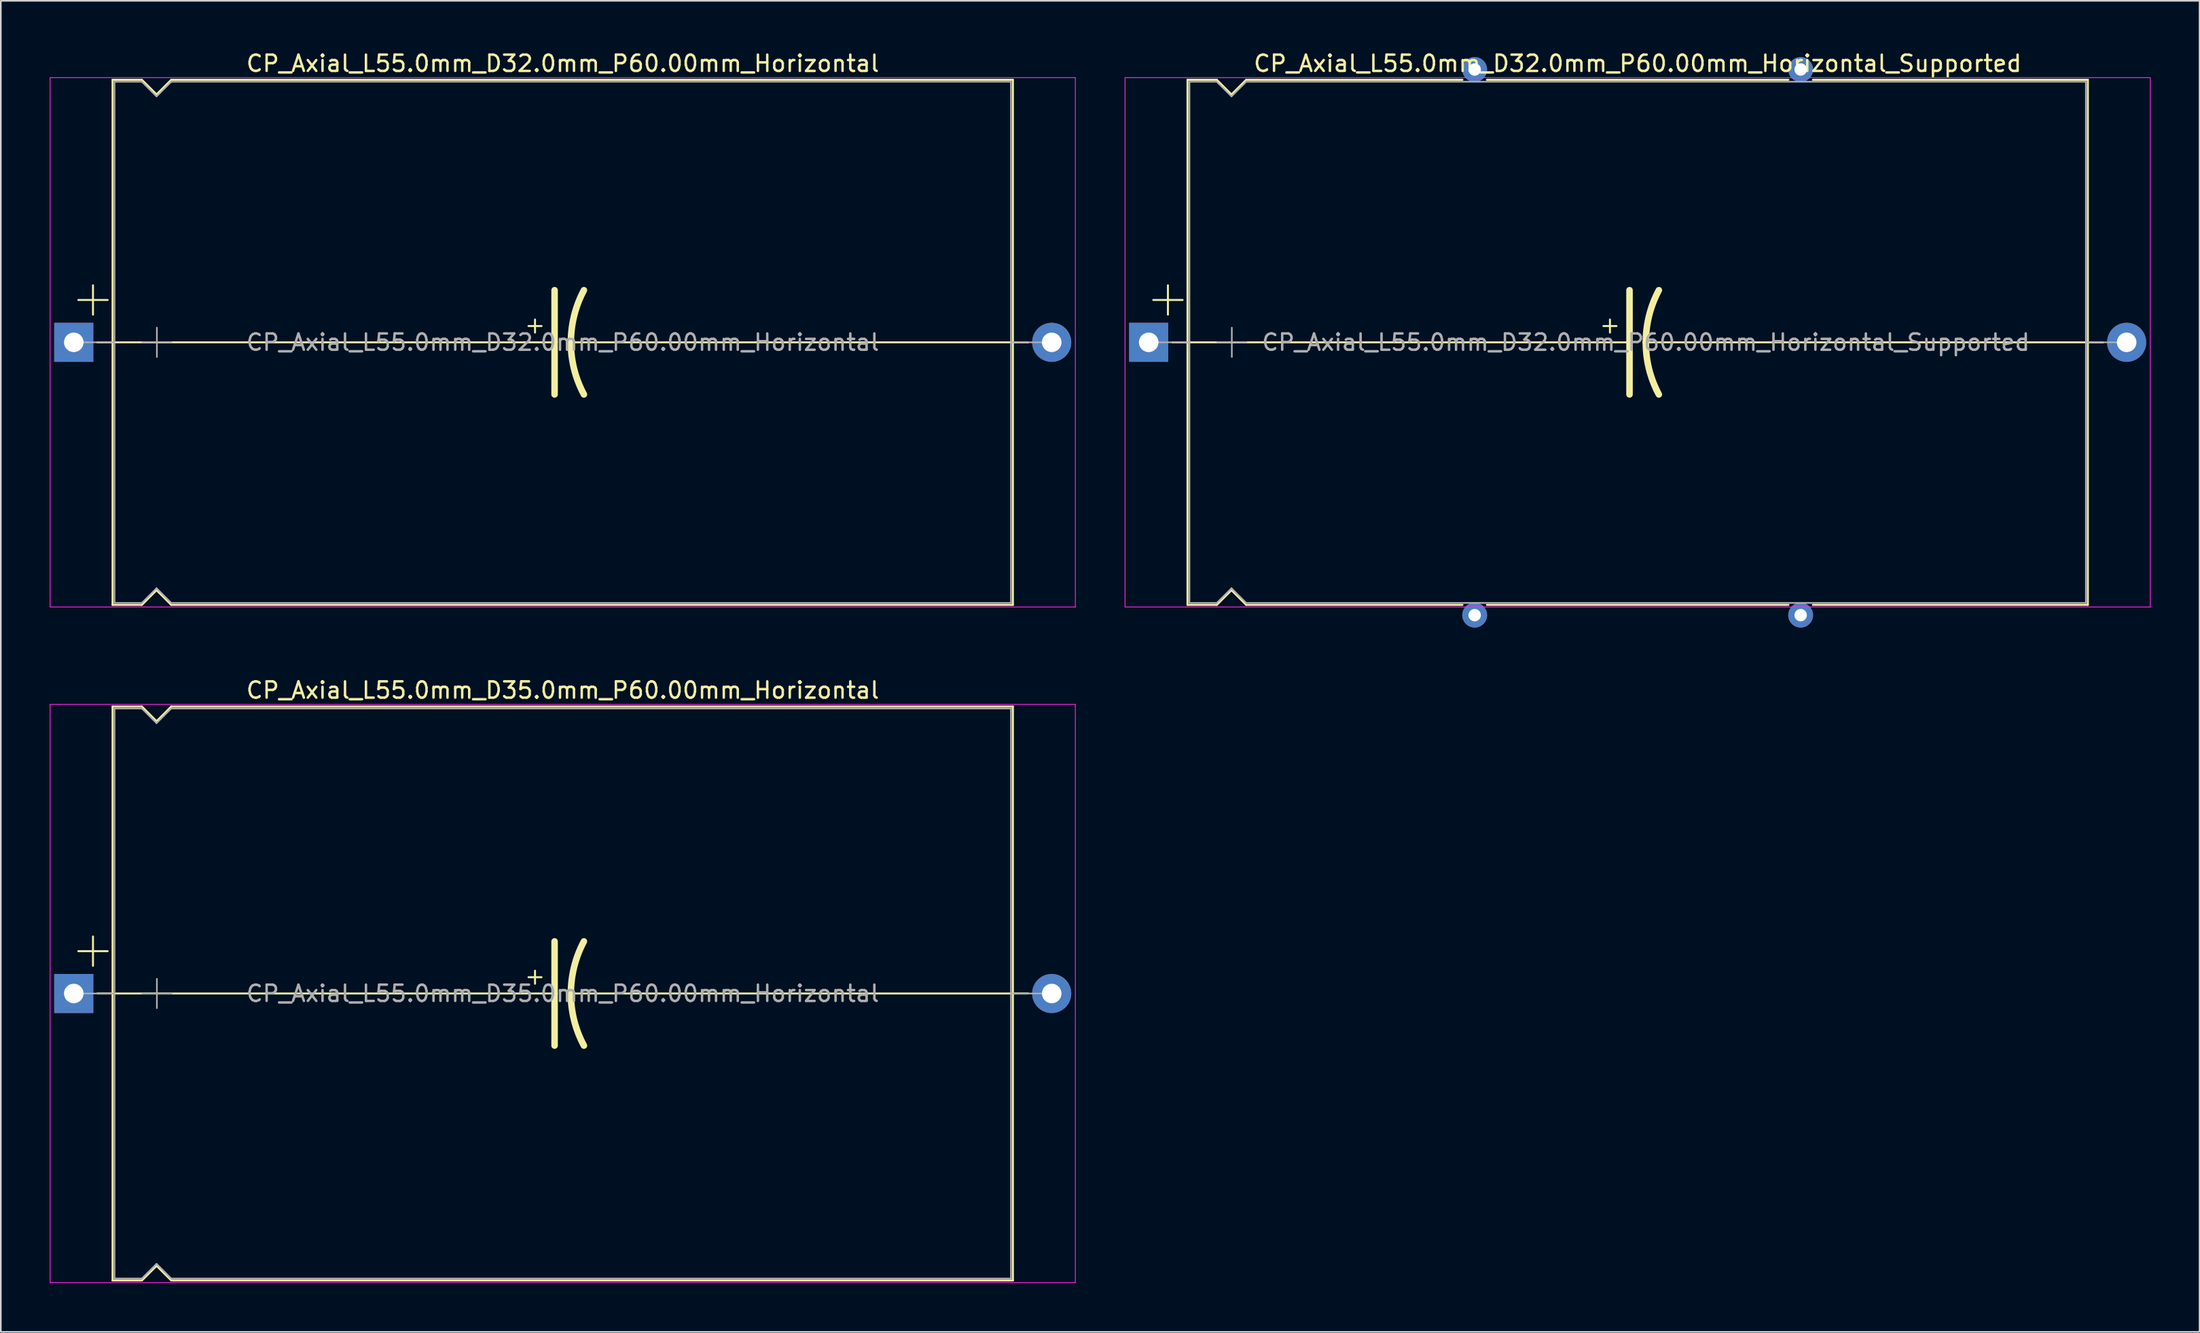
<source format=kicad_pcb>
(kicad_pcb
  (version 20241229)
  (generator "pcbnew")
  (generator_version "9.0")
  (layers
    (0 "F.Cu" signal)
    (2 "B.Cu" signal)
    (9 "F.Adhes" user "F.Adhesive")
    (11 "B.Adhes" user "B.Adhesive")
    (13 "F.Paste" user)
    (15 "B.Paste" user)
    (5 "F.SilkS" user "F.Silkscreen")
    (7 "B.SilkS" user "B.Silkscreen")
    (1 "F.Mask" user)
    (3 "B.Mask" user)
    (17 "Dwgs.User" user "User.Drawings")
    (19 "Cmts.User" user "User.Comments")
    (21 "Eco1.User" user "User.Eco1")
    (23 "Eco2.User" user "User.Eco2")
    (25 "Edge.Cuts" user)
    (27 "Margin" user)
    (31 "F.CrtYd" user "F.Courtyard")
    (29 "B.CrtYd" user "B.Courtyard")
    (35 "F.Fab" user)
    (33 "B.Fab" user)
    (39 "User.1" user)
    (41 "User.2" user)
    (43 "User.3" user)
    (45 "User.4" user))
  (footprint "CP_Axial_L55.0mm_D32.0mm_P60.00mm_Horizontal"
    (layer "F.Cu")
    (at 1.475 17.968)
    (property "Reference" "CP_Axial_L55.0mm_D32.0mm_P60.00mm_Horizontal" (at 30 -17.12 0) (layer "F.SilkS") (effects (font (size 1 1) (thickness 0.15))))
    (attr through_hole)
    (fp_line (start 0.28 -2.6) (end 2.08 -2.6) (stroke (width 0.12) (type solid)) (layer "F.SilkS"))
    (fp_line (start 1.18 -3.5) (end 1.18 -1.7) (stroke (width 0.12) (type solid)) (layer "F.SilkS"))
    (fp_line (start 1.44 0) (end 2.38 0) (stroke (width 0.12) (type solid)) (layer "F.SilkS"))
    (fp_line (start 2.38 -16.12) (end 2.38 16.12) (stroke (width 0.12) (type solid)) (layer "F.SilkS"))
    (fp_line (start 2.38 -16.12) (end 4.18 -16.12) (stroke (width 0.12) (type solid)) (layer "F.SilkS"))
    (fp_line (start 2.38 0) (end 29.5 0) (stroke (width 0.12) (type solid)) (layer "F.SilkS"))
    (fp_line (start 2.38 16.12) (end 4.18 16.12) (stroke (width 0.12) (type solid)) (layer "F.SilkS"))
    (fp_line (start 4.18 -16.12) (end 5.08 -15.22) (stroke (width 0.12) (type solid)) (layer "F.SilkS"))
    (fp_line (start 4.18 16.12) (end 5.08 15.22) (stroke (width 0.12) (type solid)) (layer "F.SilkS"))
    (fp_line (start 5.08 -15.22) (end 5.98 -16.12) (stroke (width 0.12) (type solid)) (layer "F.SilkS"))
    (fp_line (start 5.08 15.22) (end 5.98 16.12) (stroke (width 0.12) (type solid)) (layer "F.SilkS"))
    (fp_line (start 5.98 -16.12) (end 57.62 -16.12) (stroke (width 0.12) (type solid)) (layer "F.SilkS"))
    (fp_line (start 5.98 16.12) (end 57.62 16.12) (stroke (width 0.12) (type solid)) (layer "F.SilkS"))
    (fp_line (start 27.9 -1) (end 28.7 -1) (stroke (width 0.12) (type solid)) (layer "F.SilkS"))
    (fp_line (start 28.3 -1.4) (end 28.3 -0.6) (stroke (width 0.12) (type solid)) (layer "F.SilkS"))
    (fp_line (start 29.5 0) (end 29.5 -3.2) (stroke (width 0.4) (type solid)) (layer "F.SilkS"))
    (fp_line (start 29.5 0) (end 29.5 3.2) (stroke (width 0.4) (type solid)) (layer "F.SilkS"))
    (fp_line (start 57.62 -16.12) (end 57.62 16.12) (stroke (width 0.12) (type solid)) (layer "F.SilkS"))
    (fp_line (start 57.62 0) (end 30.5 0) (stroke (width 0.12) (type solid)) (layer "F.SilkS"))
    (fp_line (start 58.56 0) (end 57.62 0) (stroke (width 0.12) (type solid)) (layer "F.SilkS"))
    (fp_arc (start 30.5 0) (mid 30.703545 -1.649114) (end 31.3 -3.2) (stroke (width 0.4) (type solid)) (layer "F.SilkS"))
    (fp_arc (start 31.3 3.2) (mid 30.700709 1.649823) (end 30.5 0) (stroke (width 0.4) (type solid)) (layer "F.SilkS"))
    (fp_line (start -1.45 -16.25) (end -1.45 16.25) (stroke (width 0.05) (type solid)) (layer "F.CrtYd"))
    (fp_line (start -1.45 16.25) (end 61.45 16.25) (stroke (width 0.05) (type solid)) (layer "F.CrtYd"))
    (fp_line (start 61.45 -16.25) (end -1.45 -16.25) (stroke (width 0.05) (type solid)) (layer "F.CrtYd"))
    (fp_line (start 61.45 16.25) (end 61.45 -16.25) (stroke (width 0.05) (type solid)) (layer "F.CrtYd"))
    (fp_line (start 0 0) (end 2.5 0) (stroke (width 0.1) (type solid)) (layer "F.Fab"))
    (fp_line (start 2.5 -16) (end 2.5 16) (stroke (width 0.1) (type solid)) (layer "F.Fab"))
    (fp_line (start 2.5 -16) (end 4.18 -16) (stroke (width 0.1) (type solid)) (layer "F.Fab"))
    (fp_line (start 2.5 16) (end 4.18 16) (stroke (width 0.1) (type solid)) (layer "F.Fab"))
    (fp_line (start 4.18 -16) (end 5.08 -15.1) (stroke (width 0.1) (type solid)) (layer "F.Fab"))
    (fp_line (start 4.18 16) (end 5.08 15.1) (stroke (width 0.1) (type solid)) (layer "F.Fab"))
    (fp_line (start 4.2 0) (end 6 0) (stroke (width 0.1) (type solid)) (layer "F.Fab"))
    (fp_line (start 5.08 -15.1) (end 5.98 -16) (stroke (width 0.1) (type solid)) (layer "F.Fab"))
    (fp_line (start 5.08 15.1) (end 5.98 16) (stroke (width 0.1) (type solid)) (layer "F.Fab"))
    (fp_line (start 5.1 -0.9) (end 5.1 0.9) (stroke (width 0.1) (type solid)) (layer "F.Fab"))
    (fp_line (start 5.98 -16) (end 57.5 -16) (stroke (width 0.1) (type solid)) (layer "F.Fab"))
    (fp_line (start 5.98 16) (end 57.5 16) (stroke (width 0.1) (type solid)) (layer "F.Fab"))
    (fp_line (start 57.5 -16) (end 57.5 16) (stroke (width 0.1) (type solid)) (layer "F.Fab"))
    (fp_line (start 60 0) (end 57.5 0) (stroke (width 0.1) (type solid)) (layer "F.Fab"))
    (fp_text user "${REFERENCE}" (at 30 0 0) (layer "F.Fab") (effects (font (size 1 1) (thickness 0.15))))
    (pad "1" thru_hole rect (at 0 0) (size 2.4 2.4) (drill 1.2) (layers "*.Cu" "*.Mask"))
    (pad "2" thru_hole oval (at 60 0) (size 2.4 2.4) (drill 1.2) (layers "*.Cu" "*.Mask")))
  (footprint "CP_Axial_L55.0mm_D32.0mm_P60.00mm_Horizontal_Supported"
    (layer "F.Cu")
    (at 67.425 17.968)
    (property "Reference" "CP_Axial_L55.0mm_D32.0mm_P60.00mm_Horizontal_Supported" (at 30 -17.12 0) (layer "F.SilkS") (effects (font (size 1 1) (thickness 0.15))))
    (attr through_hole)
    (fp_line (start 0.28 -2.6) (end 2.08 -2.6) (stroke (width 0.12) (type solid)) (layer "F.SilkS"))
    (fp_line (start 1.18 -3.5) (end 1.18 -1.7) (stroke (width 0.12) (type solid)) (layer "F.SilkS"))
    (fp_line (start 1.44 0) (end 2.38 0) (stroke (width 0.12) (type solid)) (layer "F.SilkS"))
    (fp_line (start 2.38 -16.12) (end 2.38 16.12) (stroke (width 0.12) (type solid)) (layer "F.SilkS"))
    (fp_line (start 2.38 -16.12) (end 4.18 -16.12) (stroke (width 0.12) (type solid)) (layer "F.SilkS"))
    (fp_line (start 2.38 0) (end 29.5 0) (stroke (width 0.12) (type solid)) (layer "F.SilkS"))
    (fp_line (start 2.38 16.12) (end 4.18 16.12) (stroke (width 0.12) (type solid)) (layer "F.SilkS"))
    (fp_line (start 4.18 -16.12) (end 5.08 -15.22) (stroke (width 0.12) (type solid)) (layer "F.SilkS"))
    (fp_line (start 4.18 16.12) (end 5.08 15.22) (stroke (width 0.12) (type solid)) (layer "F.SilkS"))
    (fp_line (start 5.08 -15.22) (end 5.98 -16.12) (stroke (width 0.12) (type solid)) (layer "F.SilkS"))
    (fp_line (start 5.08 15.22) (end 5.98 16.12) (stroke (width 0.12) (type solid)) (layer "F.SilkS"))
    (fp_line (start 5.98 -16.12) (end 19.25 -16.12) (stroke (width 0.12) (type solid)) (layer "F.SilkS"))
    (fp_line (start 5.98 16.12) (end 19.25 16.12) (stroke (width 0.12) (type solid)) (layer "F.SilkS"))
    (fp_line (start 20.75 -16.12) (end 39.25 -16.12) (stroke (width 0.12) (type solid)) (layer "F.SilkS"))
    (fp_line (start 20.75 16.12) (end 39.25 16.12) (stroke (width 0.12) (type solid)) (layer "F.SilkS"))
    (fp_line (start 27.9 -1) (end 28.7 -1) (stroke (width 0.12) (type solid)) (layer "F.SilkS"))
    (fp_line (start 28.3 -1.4) (end 28.3 -0.6) (stroke (width 0.12) (type solid)) (layer "F.SilkS"))
    (fp_line (start 29.5 0) (end 29.5 -3.2) (stroke (width 0.4) (type solid)) (layer "F.SilkS"))
    (fp_line (start 29.5 0) (end 29.5 3.2) (stroke (width 0.4) (type solid)) (layer "F.SilkS"))
    (fp_line (start 40.75 -16.12) (end 57.62 -16.12) (stroke (width 0.12) (type solid)) (layer "F.SilkS"))
    (fp_line (start 40.75 16.12) (end 57.62 16.12) (stroke (width 0.12) (type solid)) (layer "F.SilkS"))
    (fp_line (start 57.62 -16.12) (end 57.62 16.12) (stroke (width 0.12) (type solid)) (layer "F.SilkS"))
    (fp_line (start 57.62 0) (end 30.5 0) (stroke (width 0.12) (type solid)) (layer "F.SilkS"))
    (fp_line (start 58.56 0) (end 57.62 0) (stroke (width 0.12) (type solid)) (layer "F.SilkS"))
    (fp_arc (start 30.5 0) (mid 30.703545 -1.649114) (end 31.3 -3.2) (stroke (width 0.4) (type solid)) (layer "F.SilkS"))
    (fp_arc (start 31.3 3.2) (mid 30.700709 1.649823) (end 30.5 0) (stroke (width 0.4) (type solid)) (layer "F.SilkS"))
    (fp_line (start -1.45 -16.25) (end -1.45 16.25) (stroke (width 0.05) (type solid)) (layer "F.CrtYd"))
    (fp_line (start -1.45 16.25) (end 61.45 16.25) (stroke (width 0.05) (type solid)) (layer "F.CrtYd"))
    (fp_line (start 61.45 -16.25) (end -1.45 -16.25) (stroke (width 0.05) (type solid)) (layer "F.CrtYd"))
    (fp_line (start 61.45 16.25) (end 61.45 -16.25) (stroke (width 0.05) (type solid)) (layer "F.CrtYd"))
    (fp_line (start 0 0) (end 2.5 0) (stroke (width 0.1) (type solid)) (layer "F.Fab"))
    (fp_line (start 2.5 -16) (end 2.5 16) (stroke (width 0.1) (type solid)) (layer "F.Fab"))
    (fp_line (start 2.5 -16) (end 4.18 -16) (stroke (width 0.1) (type solid)) (layer "F.Fab"))
    (fp_line (start 2.5 16) (end 4.18 16) (stroke (width 0.1) (type solid)) (layer "F.Fab"))
    (fp_line (start 4.18 -16) (end 5.08 -15.1) (stroke (width 0.1) (type solid)) (layer "F.Fab"))
    (fp_line (start 4.18 16) (end 5.08 15.1) (stroke (width 0.1) (type solid)) (layer "F.Fab"))
    (fp_line (start 4.2 0) (end 6 0) (stroke (width 0.1) (type solid)) (layer "F.Fab"))
    (fp_line (start 5.08 -15.1) (end 5.98 -16) (stroke (width 0.1) (type solid)) (layer "F.Fab"))
    (fp_line (start 5.08 15.1) (end 5.98 16) (stroke (width 0.1) (type solid)) (layer "F.Fab"))
    (fp_line (start 5.1 -0.9) (end 5.1 0.9) (stroke (width 0.1) (type solid)) (layer "F.Fab"))
    (fp_line (start 5.98 -16) (end 57.5 -16) (stroke (width 0.1) (type solid)) (layer "F.Fab"))
    (fp_line (start 5.98 16) (end 57.5 16) (stroke (width 0.1) (type solid)) (layer "F.Fab"))
    (fp_line (start 57.5 -16) (end 57.5 16) (stroke (width 0.1) (type solid)) (layer "F.Fab"))
    (fp_line (start 60 0) (end 57.5 0) (stroke (width 0.1) (type solid)) (layer "F.Fab"))
    (fp_text user "${REFERENCE}" (at 30.5 0 0) (layer "F.Fab") (effects (font (size 1 1) (thickness 0.15))))
    (pad "" thru_hole circle (at 20 -16.75) (size 1.524 1.524) (drill 0.762) (layers "*.Cu" "*.Mask"))
    (pad "" thru_hole circle (at 20 16.75) (size 1.524 1.524) (drill 0.762) (layers "*.Cu" "*.Mask"))
    (pad "" thru_hole circle (at 40 -16.75) (size 1.524 1.524) (drill 0.762) (layers "*.Cu" "*.Mask"))
    (pad "" thru_hole circle (at 40 16.75) (size 1.524 1.524) (drill 0.762) (layers "*.Cu" "*.Mask"))
    (pad "1" thru_hole rect (at 0 0) (size 2.4 2.4) (drill 1.2) (layers "*.Cu" "*.Mask"))
    (pad "2" thru_hole oval (at 60 0) (size 2.4 2.4) (drill 1.2) (layers "*.Cu" "*.Mask")))
  (footprint "CP_Axial_L55.0mm_D35.0mm_P60.00mm_Horizontal"
    (layer "F.Cu")
    (at 1.475 57.949)
    (property "Reference" "CP_Axial_L55.0mm_D35.0mm_P60.00mm_Horizontal" (at 30 -18.62 0) (layer "F.SilkS") (effects (font (size 1 1) (thickness 0.15))))
    (attr through_hole)
    (fp_line (start 0.28 -2.6) (end 2.08 -2.6) (stroke (width 0.12) (type solid)) (layer "F.SilkS"))
    (fp_line (start 1.18 -3.5) (end 1.18 -1.7) (stroke (width 0.12) (type solid)) (layer "F.SilkS"))
    (fp_line (start 1.44 0) (end 2.38 0) (stroke (width 0.12) (type solid)) (layer "F.SilkS"))
    (fp_line (start 2.38 -17.62) (end 2.38 17.62) (stroke (width 0.12) (type solid)) (layer "F.SilkS"))
    (fp_line (start 2.38 -17.62) (end 4.18 -17.62) (stroke (width 0.12) (type solid)) (layer "F.SilkS"))
    (fp_line (start 2.38 0) (end 29.5 0) (stroke (width 0.12) (type solid)) (layer "F.SilkS"))
    (fp_line (start 2.38 17.62) (end 4.18 17.62) (stroke (width 0.12) (type solid)) (layer "F.SilkS"))
    (fp_line (start 4.18 -17.62) (end 5.08 -16.72) (stroke (width 0.12) (type solid)) (layer "F.SilkS"))
    (fp_line (start 4.18 17.62) (end 5.08 16.72) (stroke (width 0.12) (type solid)) (layer "F.SilkS"))
    (fp_line (start 5.08 -16.72) (end 5.98 -17.62) (stroke (width 0.12) (type solid)) (layer "F.SilkS"))
    (fp_line (start 5.08 16.72) (end 5.98 17.62) (stroke (width 0.12) (type solid)) (layer "F.SilkS"))
    (fp_line (start 5.98 -17.62) (end 57.62 -17.62) (stroke (width 0.12) (type solid)) (layer "F.SilkS"))
    (fp_line (start 5.98 17.62) (end 57.62 17.62) (stroke (width 0.12) (type solid)) (layer "F.SilkS"))
    (fp_line (start 27.9 -1) (end 28.7 -1) (stroke (width 0.12) (type solid)) (layer "F.SilkS"))
    (fp_line (start 28.3 -1.4) (end 28.3 -0.6) (stroke (width 0.12) (type solid)) (layer "F.SilkS"))
    (fp_line (start 29.5 0) (end 29.5 -3.2) (stroke (width 0.4) (type solid)) (layer "F.SilkS"))
    (fp_line (start 29.5 0) (end 29.5 3.2) (stroke (width 0.4) (type solid)) (layer "F.SilkS"))
    (fp_line (start 57.62 -17.62) (end 57.62 17.62) (stroke (width 0.12) (type solid)) (layer "F.SilkS"))
    (fp_line (start 57.62 0) (end 30.5 0) (stroke (width 0.12) (type solid)) (layer "F.SilkS"))
    (fp_line (start 58.56 0) (end 57.62 0) (stroke (width 0.12) (type solid)) (layer "F.SilkS"))
    (fp_arc (start 30.5 0) (mid 30.703545 -1.649114) (end 31.3 -3.2) (stroke (width 0.4) (type solid)) (layer "F.SilkS"))
    (fp_arc (start 31.3 3.2) (mid 30.700709 1.649823) (end 30.5 0) (stroke (width 0.4) (type solid)) (layer "F.SilkS"))
    (fp_line (start -1.45 -17.75) (end -1.45 17.75) (stroke (width 0.05) (type solid)) (layer "F.CrtYd"))
    (fp_line (start -1.45 17.75) (end 61.45 17.75) (stroke (width 0.05) (type solid)) (layer "F.CrtYd"))
    (fp_line (start 61.45 -17.75) (end -1.45 -17.75) (stroke (width 0.05) (type solid)) (layer "F.CrtYd"))
    (fp_line (start 61.45 17.75) (end 61.45 -17.75) (stroke (width 0.05) (type solid)) (layer "F.CrtYd"))
    (fp_line (start 0 0) (end 2.5 0) (stroke (width 0.1) (type solid)) (layer "F.Fab"))
    (fp_line (start 2.5 -17.5) (end 2.5 17.5) (stroke (width 0.1) (type solid)) (layer "F.Fab"))
    (fp_line (start 2.5 -17.5) (end 4.18 -17.5) (stroke (width 0.1) (type solid)) (layer "F.Fab"))
    (fp_line (start 2.5 17.5) (end 4.18 17.5) (stroke (width 0.1) (type solid)) (layer "F.Fab"))
    (fp_line (start 4.18 -17.5) (end 5.08 -16.6) (stroke (width 0.1) (type solid)) (layer "F.Fab"))
    (fp_line (start 4.18 17.5) (end 5.08 16.6) (stroke (width 0.1) (type solid)) (layer "F.Fab"))
    (fp_line (start 4.2 0) (end 6 0) (stroke (width 0.1) (type solid)) (layer "F.Fab"))
    (fp_line (start 5.08 -16.6) (end 5.98 -17.5) (stroke (width 0.1) (type solid)) (layer "F.Fab"))
    (fp_line (start 5.08 16.6) (end 5.98 17.5) (stroke (width 0.1) (type solid)) (layer "F.Fab"))
    (fp_line (start 5.1 -0.9) (end 5.1 0.9) (stroke (width 0.1) (type solid)) (layer "F.Fab"))
    (fp_line (start 5.98 -17.5) (end 57.5 -17.5) (stroke (width 0.1) (type solid)) (layer "F.Fab"))
    (fp_line (start 5.98 17.5) (end 57.5 17.5) (stroke (width 0.1) (type solid)) (layer "F.Fab"))
    (fp_line (start 57.5 -17.5) (end 57.5 17.5) (stroke (width 0.1) (type solid)) (layer "F.Fab"))
    (fp_line (start 60 0) (end 57.5 0) (stroke (width 0.1) (type solid)) (layer "F.Fab"))
    (fp_text user "${REFERENCE}" (at 30 0 0) (layer "F.Fab") (effects (font (size 1 1) (thickness 0.15))))
    (pad "1" thru_hole rect (at 0 0) (size 2.4 2.4) (drill 1.2) (layers "*.Cu" "*.Mask"))
    (pad "2" thru_hole oval (at 60 0) (size 2.4 2.4) (drill 1.2) (layers "*.Cu" "*.Mask")))
  (gr_rect
    (start -3 -3)
    (end 131.9 78.724)
    (stroke (width 0.1) (type default))
    (fill no)
    (layer "Edge.Cuts")))
</source>
